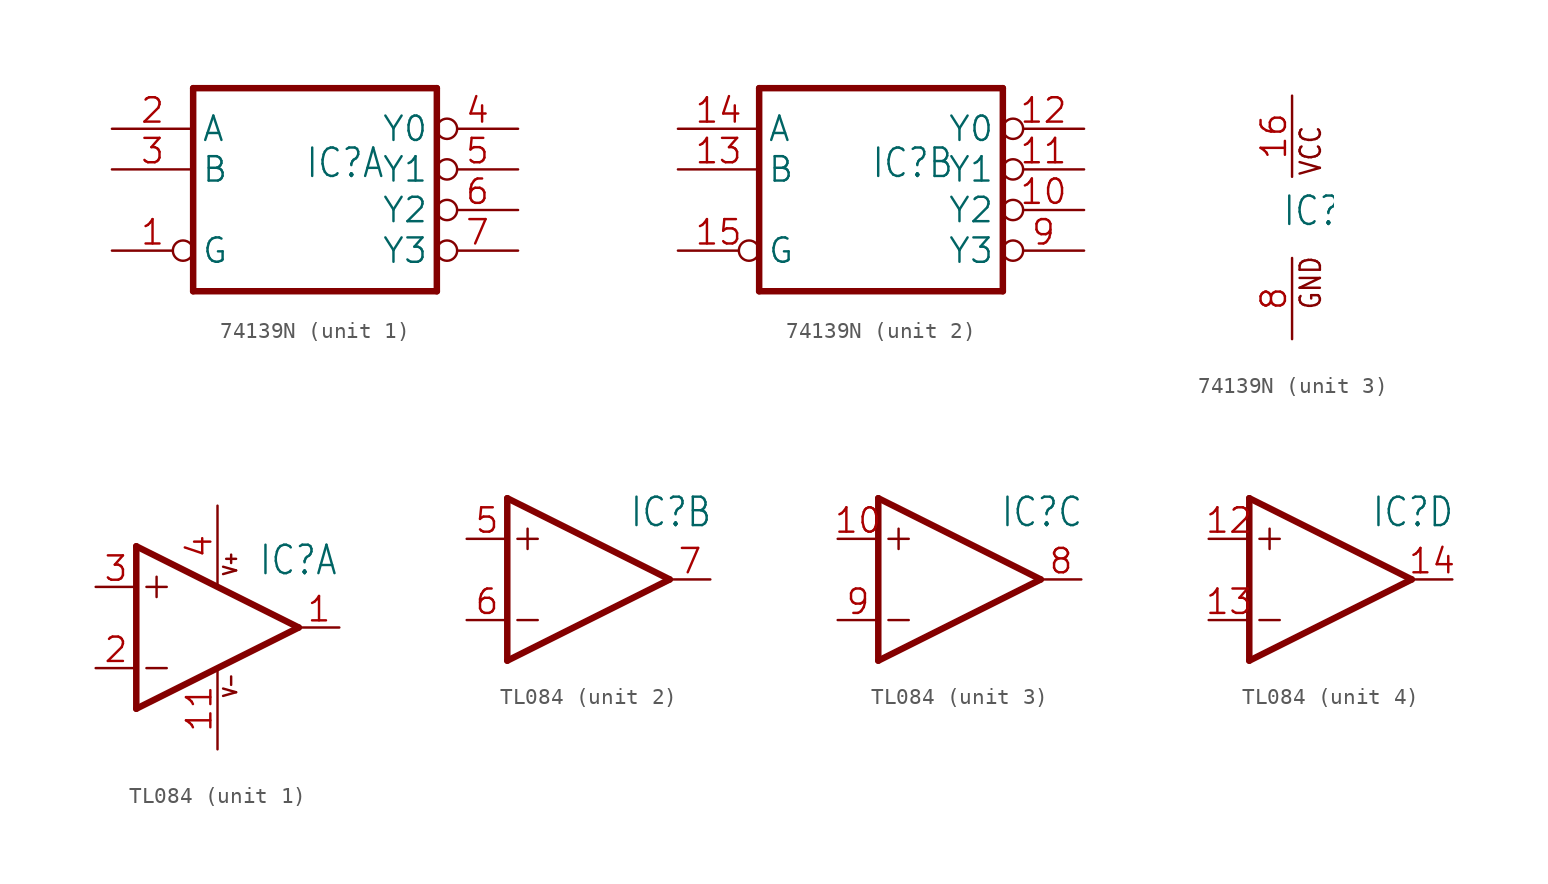
<source format=kicad_sym>
(kicad_symbol_lib
  (version 20241209)
  (generator "kicad_symbol_editor")
  (generator_version "9.0")
  (symbol "74139N"
    (property "Reference" "IC"
      (at -0.635 -0.635 0)
      (effects (font (size 1.778 1.511)) (justify left bottom)))
    (property "ki_locked" ""
      (at 0 0 0)
      (effects (font (size 1.27 1.27))))
    (symbol "74139N_1_0"
      (polyline (pts (xy -7.62 5.08) (xy -7.62 -7.62)) (stroke (width 0.406) (type solid)) (fill (type none)))
      (polyline (pts (xy -7.62 -7.62) (xy 7.62 -7.62)) (stroke (width 0.406) (type solid)) (fill (type none)))
      (polyline (pts (xy 7.62 5.08) (xy -7.62 5.08)) (stroke (width 0.406) (type solid)) (fill (type none)))
      (polyline (pts (xy 7.62 -7.62) (xy 7.62 5.08)) (stroke (width 0.406) (type solid)) (fill (type none)))
      (pin input line (at -12.7 2.54 0) (length 5.08) (name "A" (effects (font (size 1.524 1.524)))) (number "2" (effects (font (size 1.524 1.524)))))
      (pin input line (at -12.7 0 0) (length 5.08) (name "B" (effects (font (size 1.524 1.524)))) (number "3" (effects (font (size 1.524 1.524)))))
      (pin input inverted (at -12.7 -5.08 0) (length 5.08) (name "G" (effects (font (size 1.524 1.524)))) (number "1" (effects (font (size 1.524 1.524)))))
      (pin output inverted (at 12.7 2.54 180) (length 5.08) (name "Y0" (effects (font (size 1.524 1.524)))) (number "4" (effects (font (size 1.524 1.524)))))
      (pin output inverted (at 12.7 0 180) (length 5.08) (name "Y1" (effects (font (size 1.524 1.524)))) (number "5" (effects (font (size 1.524 1.524)))))
      (pin output inverted (at 12.7 -2.54 180) (length 5.08) (name "Y2" (effects (font (size 1.524 1.524)))) (number "6" (effects (font (size 1.524 1.524)))))
      (pin output inverted (at 12.7 -5.08 180) (length 5.08) (name "Y3" (effects (font (size 1.524 1.524)))) (number "7" (effects (font (size 1.524 1.524))))))
    (symbol "74139N_2_0"
      (polyline (pts (xy -7.62 5.08) (xy -7.62 -7.62)) (stroke (width 0.406) (type solid)) (fill (type none)))
      (polyline (pts (xy -7.62 -7.62) (xy 7.62 -7.62)) (stroke (width 0.406) (type solid)) (fill (type none)))
      (polyline (pts (xy 7.62 5.08) (xy -7.62 5.08)) (stroke (width 0.406) (type solid)) (fill (type none)))
      (polyline (pts (xy 7.62 -7.62) (xy 7.62 5.08)) (stroke (width 0.406) (type solid)) (fill (type none)))
      (pin input line (at -12.7 2.54 0) (length 5.08) (name "A" (effects (font (size 1.524 1.524)))) (number "14" (effects (font (size 1.524 1.524)))))
      (pin input line (at -12.7 0 0) (length 5.08) (name "B" (effects (font (size 1.524 1.524)))) (number "13" (effects (font (size 1.524 1.524)))))
      (pin input inverted (at -12.7 -5.08 0) (length 5.08) (name "G" (effects (font (size 1.524 1.524)))) (number "15" (effects (font (size 1.524 1.524)))))
      (pin output inverted (at 12.7 2.54 180) (length 5.08) (name "Y0" (effects (font (size 1.524 1.524)))) (number "12" (effects (font (size 1.524 1.524)))))
      (pin output inverted (at 12.7 0 180) (length 5.08) (name "Y1" (effects (font (size 1.524 1.524)))) (number "11" (effects (font (size 1.524 1.524)))))
      (pin output inverted (at 12.7 -2.54 180) (length 5.08) (name "Y2" (effects (font (size 1.524 1.524)))) (number "10" (effects (font (size 1.524 1.524)))))
      (pin output inverted (at 12.7 -5.08 180) (length 5.08) (name "Y3" (effects (font (size 1.524 1.524)))) (number "9" (effects (font (size 1.524 1.524))))))
    (symbol "74139N_3_0"
      (text "VCC" (at 1.905 2.54 900) (effects (font (size 1.27 1.079)) (justify left bottom)))
      (text "GND" (at 1.905 -5.842 900) (effects (font (size 1.27 1.079)) (justify left bottom)))
      (pin power_in line (at 0 7.62 270) (length 5.08) (name "VCC" (effects (font (size 0 0)))) (number "16" (effects (font (size 1.524 1.524)))))
      (pin power_in line (at 0 -7.62 90) (length 5.08) (name "GND" (effects (font (size 0 0)))) (number "8" (effects (font (size 1.524 1.524)))))))
  (symbol "TL084"
    (property "Reference" "IC"
      (at 2.54 3.175 0)
      (effects (font (size 1.778 1.511)) (justify left bottom)))
    (property "Value" ""
      (at 2.54 -5.08 0)
      (effects (font (size 1.778 1.511)) (justify left bottom)))
    (property "ki_locked" ""
      (at 0 0 0)
      (effects (font (size 1.27 1.27))))
    (symbol "TL084_1_0"
      (polyline (pts (xy -5.08 5.08) (xy -5.08 -5.08)) (stroke (width 0.406) (type solid)) (fill (type none)))
      (polyline (pts (xy -5.08 -5.08) (xy 5.08 0)) (stroke (width 0.406) (type solid)) (fill (type none)))
      (polyline (pts (xy -4.445 2.54) (xy -3.175 2.54)) (stroke (width 0.152) (type solid)) (fill (type none)))
      (polyline (pts (xy -4.445 -2.54) (xy -3.175 -2.54)) (stroke (width 0.152) (type solid)) (fill (type none)))
      (polyline (pts (xy -3.81 3.175) (xy -3.81 1.905)) (stroke (width 0.152) (type solid)) (fill (type none)))
      (polyline (pts (xy 5.08 0) (xy -5.08 5.08)) (stroke (width 0.406) (type solid)) (fill (type none)))
      (text "V+" (at 1.27 3.175 900) (effects (font (size 0.813 0.691)) (justify left bottom)))
      (text "V-" (at 1.27 -4.445 900) (effects (font (size 0.813 0.691)) (justify left bottom)))
      (pin input line (at -7.62 2.54 0) (length 2.54) (name "+IN" (effects (font (size 0 0)))) (number "3" (effects (font (size 1.524 1.524)))))
      (pin input line (at -7.62 -2.54 0) (length 2.54) (name "-IN" (effects (font (size 0 0)))) (number "2" (effects (font (size 1.524 1.524)))))
      (pin power_in line (at 0 7.62 270) (length 5.08) (name "V+" (effects (font (size 0 0)))) (number "4" (effects (font (size 1.524 1.524)))))
      (pin power_in line (at 0 -7.62 90) (length 5.08) (name "V-" (effects (font (size 0 0)))) (number "11" (effects (font (size 1.524 1.524)))))
      (pin output line (at 7.62 0 180) (length 2.54) (name "OUT" (effects (font (size 0 0)))) (number "1" (effects (font (size 1.524 1.524))))))
    (symbol "TL084_2_0"
      (polyline (pts (xy -5.08 5.08) (xy -5.08 -5.08)) (stroke (width 0.406) (type solid)) (fill (type none)))
      (polyline (pts (xy -5.08 -5.08) (xy 5.08 0)) (stroke (width 0.406) (type solid)) (fill (type none)))
      (polyline (pts (xy -4.445 2.54) (xy -3.175 2.54)) (stroke (width 0.152) (type solid)) (fill (type none)))
      (polyline (pts (xy -4.445 -2.54) (xy -3.175 -2.54)) (stroke (width 0.152) (type solid)) (fill (type none)))
      (polyline (pts (xy -3.81 3.175) (xy -3.81 1.905)) (stroke (width 0.152) (type solid)) (fill (type none)))
      (polyline (pts (xy 5.08 0) (xy -5.08 5.08)) (stroke (width 0.406) (type solid)) (fill (type none)))
      (pin input line (at -7.62 2.54 0) (length 2.54) (name "+IN" (effects (font (size 0 0)))) (number "5" (effects (font (size 1.524 1.524)))))
      (pin input line (at -7.62 -2.54 0) (length 2.54) (name "-IN" (effects (font (size 0 0)))) (number "6" (effects (font (size 1.524 1.524)))))
      (pin output line (at 7.62 0 180) (length 2.54) (name "OUT" (effects (font (size 0 0)))) (number "7" (effects (font (size 1.524 1.524))))))
    (symbol "TL084_3_0"
      (polyline (pts (xy -5.08 5.08) (xy -5.08 -5.08)) (stroke (width 0.406) (type solid)) (fill (type none)))
      (polyline (pts (xy -5.08 -5.08) (xy 5.08 0)) (stroke (width 0.406) (type solid)) (fill (type none)))
      (polyline (pts (xy -4.445 2.54) (xy -3.175 2.54)) (stroke (width 0.152) (type solid)) (fill (type none)))
      (polyline (pts (xy -4.445 -2.54) (xy -3.175 -2.54)) (stroke (width 0.152) (type solid)) (fill (type none)))
      (polyline (pts (xy -3.81 3.175) (xy -3.81 1.905)) (stroke (width 0.152) (type solid)) (fill (type none)))
      (polyline (pts (xy 5.08 0) (xy -5.08 5.08)) (stroke (width 0.406) (type solid)) (fill (type none)))
      (pin input line (at -7.62 2.54 0) (length 2.54) (name "+IN" (effects (font (size 0 0)))) (number "10" (effects (font (size 1.524 1.524)))))
      (pin input line (at -7.62 -2.54 0) (length 2.54) (name "-IN" (effects (font (size 0 0)))) (number "9" (effects (font (size 1.524 1.524)))))
      (pin output line (at 7.62 0 180) (length 2.54) (name "OUT" (effects (font (size 0 0)))) (number "8" (effects (font (size 1.524 1.524))))))
    (symbol "TL084_4_0"
      (polyline (pts (xy -5.08 5.08) (xy -5.08 -5.08)) (stroke (width 0.406) (type solid)) (fill (type none)))
      (polyline (pts (xy -5.08 -5.08) (xy 5.08 0)) (stroke (width 0.406) (type solid)) (fill (type none)))
      (polyline (pts (xy -4.445 2.54) (xy -3.175 2.54)) (stroke (width 0.152) (type solid)) (fill (type none)))
      (polyline (pts (xy -4.445 -2.54) (xy -3.175 -2.54)) (stroke (width 0.152) (type solid)) (fill (type none)))
      (polyline (pts (xy -3.81 3.175) (xy -3.81 1.905)) (stroke (width 0.152) (type solid)) (fill (type none)))
      (polyline (pts (xy 5.08 0) (xy -5.08 5.08)) (stroke (width 0.406) (type solid)) (fill (type none)))
      (pin input line (at -7.62 2.54 0) (length 2.54) (name "+IN" (effects (font (size 0 0)))) (number "12" (effects (font (size 1.524 1.524)))))
      (pin input line (at -7.62 -2.54 0) (length 2.54) (name "-IN" (effects (font (size 0 0)))) (number "13" (effects (font (size 1.524 1.524)))))
      (pin output line (at 7.62 0 180) (length 2.54) (name "OUT" (effects (font (size 0 0)))) (number "14" (effects (font (size 1.524 1.524))))))))
</source>
